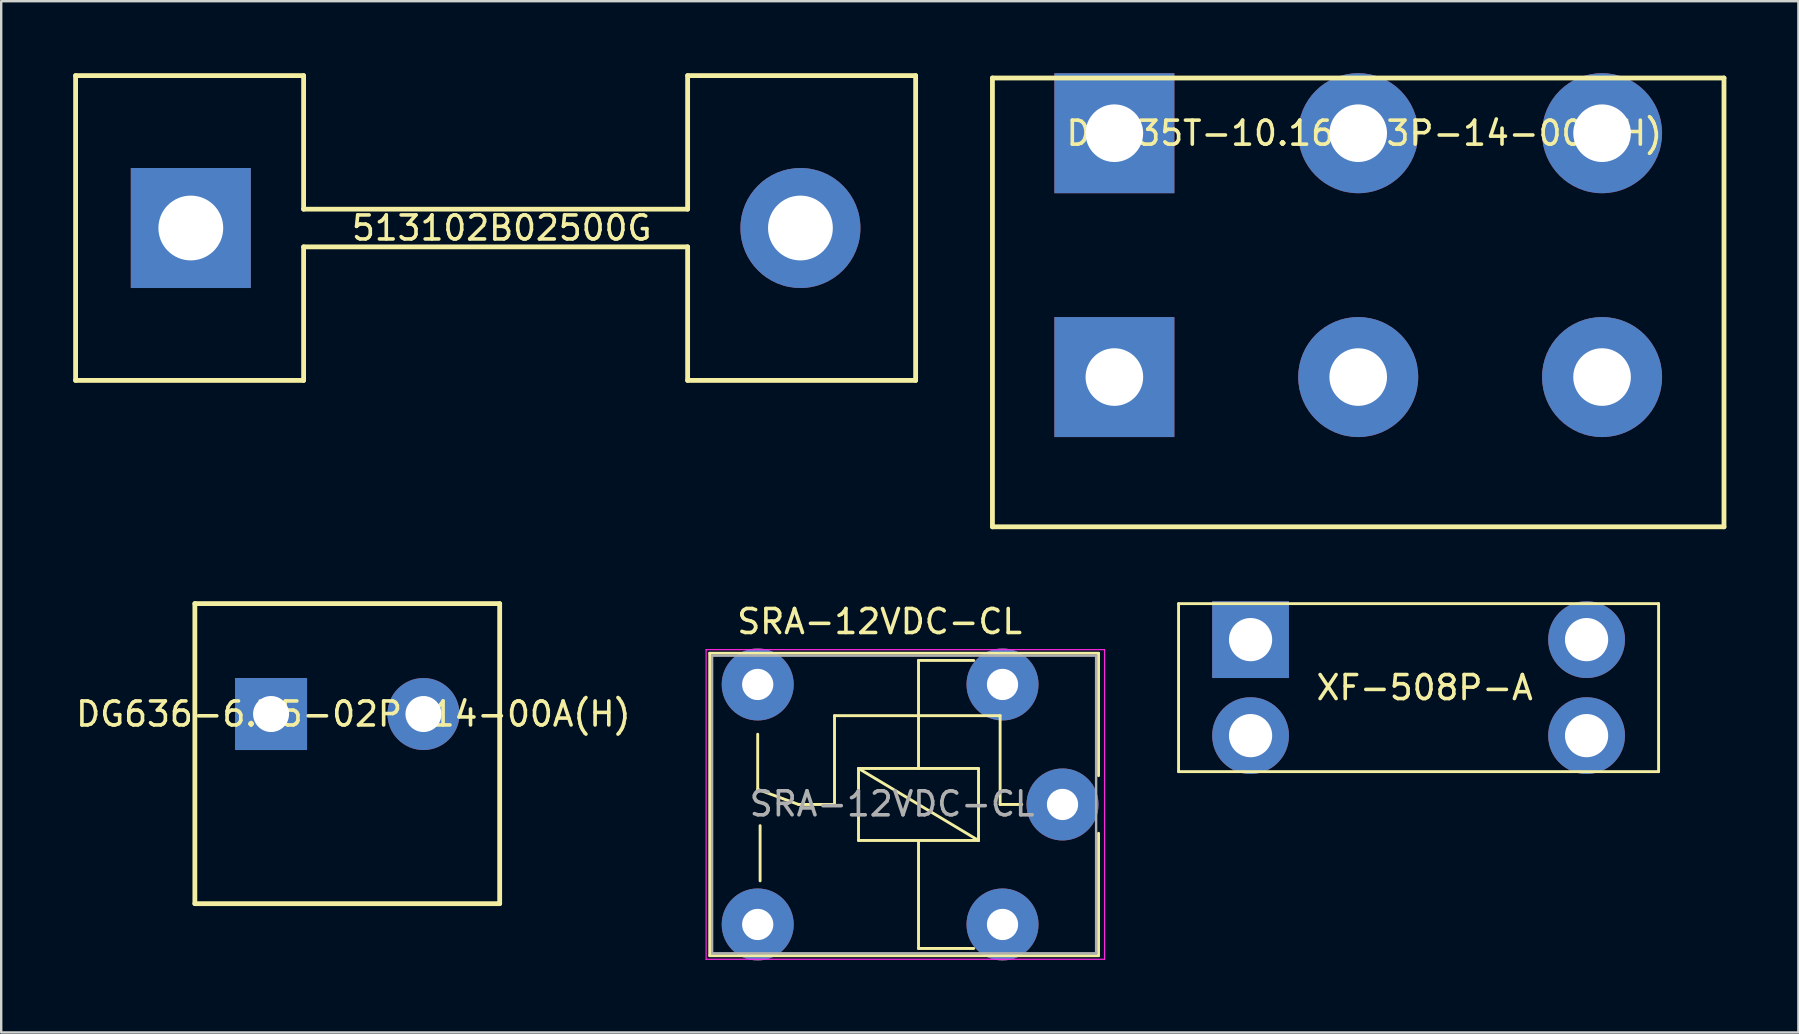
<source format=kicad_pcb>
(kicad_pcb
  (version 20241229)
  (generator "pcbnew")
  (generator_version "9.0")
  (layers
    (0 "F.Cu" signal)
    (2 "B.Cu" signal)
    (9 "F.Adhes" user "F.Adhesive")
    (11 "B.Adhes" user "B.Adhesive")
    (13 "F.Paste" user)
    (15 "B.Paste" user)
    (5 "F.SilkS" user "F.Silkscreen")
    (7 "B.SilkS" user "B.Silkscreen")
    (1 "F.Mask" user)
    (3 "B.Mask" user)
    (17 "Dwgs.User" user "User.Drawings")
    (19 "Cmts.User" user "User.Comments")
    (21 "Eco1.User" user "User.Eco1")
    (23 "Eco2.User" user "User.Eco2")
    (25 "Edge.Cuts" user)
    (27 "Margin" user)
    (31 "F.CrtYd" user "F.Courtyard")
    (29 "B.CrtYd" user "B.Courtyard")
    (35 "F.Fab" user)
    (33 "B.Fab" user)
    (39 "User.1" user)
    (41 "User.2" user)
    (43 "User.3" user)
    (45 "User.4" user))
  (footprint "513102B02500G"
    (layer "F.Cu")
    (at 17.6 6.45)
    (property "Reference" "513102B02500G" (at 0.254 0 180) (layer "F.SilkS") (effects (font (size 1 1) (thickness 0.15))))
    (attr through_hole)
    (fp_line (start -17.5 -6.35) (end -17.5 6.35) (stroke (width 0.2) (type solid)) (layer "F.SilkS"))
    (fp_line (start -8 -6.35) (end -17.5 -6.35) (stroke (width 0.2) (type solid)) (layer "F.SilkS"))
    (fp_line (start -8 -6.35) (end -8 -0.785) (stroke (width 0.2) (type solid)) (layer "F.SilkS"))
    (fp_line (start -8 6.35) (end -17.5 6.35) (stroke (width 0.2) (type solid)) (layer "F.SilkS"))
    (fp_line (start -8 6.35) (end -8 0.785) (stroke (width 0.2) (type solid)) (layer "F.SilkS"))
    (fp_line (start 8 -6.35) (end 8 -0.785) (stroke (width 0.2) (type solid)) (layer "F.SilkS"))
    (fp_line (start 8 -6.35) (end 17.5 -6.35) (stroke (width 0.2) (type solid)) (layer "F.SilkS"))
    (fp_line (start 8 -0.785) (end -8 -0.785) (stroke (width 0.2) (type solid)) (layer "F.SilkS"))
    (fp_line (start 8 0.785) (end -8 0.785) (stroke (width 0.2) (type solid)) (layer "F.SilkS"))
    (fp_line (start 8 6.35) (end 8 0.785) (stroke (width 0.2) (type solid)) (layer "F.SilkS"))
    (fp_line (start 8 6.35) (end 17.5 6.35) (stroke (width 0.2) (type solid)) (layer "F.SilkS"))
    (fp_line (start 17.5 -6.35) (end 17.5 6.35) (stroke (width 0.2) (type solid)) (layer "F.SilkS"))
    (pad "0" thru_hole rect (at -12.7 0 180) (size 5 5) (drill 2.7) (layers "*.Cu" "*.Mask"))
    (pad "0" thru_hole circle (at 12.7 0 180) (size 5 5) (drill 2.7) (layers "*.Cu" "*.Mask")))
  (footprint "SRA-12VDC-CL"
    (layer "F.Cu")
    (at 41.22 30.468)
    (property "Reference" "SRA-12VDC-CL" (at -7.62 -7.62 180) (layer "F.SilkS") (effects (font (size 1 1) (thickness 0.15))))
    (attr through_hole)
    (fp_line (start -14.7 -6.3) (end 1.5 -6.3) (stroke (width 0.12) (type solid)) (layer "F.SilkS"))
    (fp_line (start -14.7 6.3) (end -14.7 -6.3) (stroke (width 0.12) (type solid)) (layer "F.SilkS"))
    (fp_line (start -12.7 -2.928) (end -12.7 -0.628) (stroke (width 0.12) (type solid)) (layer "F.SilkS"))
    (fp_line (start -12.6 3.182) (end -12.6 0.882) (stroke (width 0.12) (type solid)) (layer "F.SilkS"))
    (fp_line (start -11 0) (end -12.7 -0.628) (stroke (width 0.12) (type solid)) (layer "F.SilkS"))
    (fp_line (start -9.5 -3.7) (end -2.6 -3.7) (stroke (width 0.12) (type solid)) (layer "F.SilkS"))
    (fp_line (start -9.5 0) (end -11 0) (stroke (width 0.12) (type solid)) (layer "F.SilkS"))
    (fp_line (start -9.5 0) (end -9.5 -3.7) (stroke (width 0.12) (type solid)) (layer "F.SilkS"))
    (fp_line (start -8.5 -1.5) (end -3.5 -1.5) (stroke (width 0.12) (type solid)) (layer "F.SilkS"))
    (fp_line (start -8.5 -1.5) (end -3.5 1.5) (stroke (width 0.12) (type solid)) (layer "F.SilkS"))
    (fp_line (start -8.5 1.5) (end -8.5 -1.5) (stroke (width 0.12) (type solid)) (layer "F.SilkS"))
    (fp_line (start -6 -1.5) (end -6 -6) (stroke (width 0.12) (type solid)) (layer "F.SilkS"))
    (fp_line (start -6 6) (end -6 1.5) (stroke (width 0.12) (type solid)) (layer "F.SilkS"))
    (fp_line (start -6 6) (end -3.7 6) (stroke (width 0.12) (type solid)) (layer "F.SilkS"))
    (fp_line (start -3.7 -6) (end -6 -6) (stroke (width 0.12) (type solid)) (layer "F.SilkS"))
    (fp_line (start -3.5 -1.5) (end -3.5 1.5) (stroke (width 0.12) (type solid)) (layer "F.SilkS"))
    (fp_line (start -3.5 1.5) (end -8.5 1.5) (stroke (width 0.12) (type solid)) (layer "F.SilkS"))
    (fp_line (start -2.6 0) (end -2.6 -3.7) (stroke (width 0.12) (type solid)) (layer "F.SilkS"))
    (fp_line (start -2.6 0) (end -1.7 0) (stroke (width 0.12) (type solid)) (layer "F.SilkS"))
    (fp_line (start 1.5 -1.2) (end 1.5 -6.3) (stroke (width 0.12) (type solid)) (layer "F.SilkS"))
    (fp_line (start 1.5 6.3) (end -14.7 6.3) (stroke (width 0.12) (type solid)) (layer "F.SilkS"))
    (fp_line (start 1.5 6.3) (end 1.5 1.2) (stroke (width 0.12) (type solid)) (layer "F.SilkS"))
    (fp_line (start -14.85 6.45) (end -14.85 -6.45) (stroke (width 0.05) (type solid)) (layer "F.CrtYd"))
    (fp_line (start -14.85 6.45) (end 1.75 6.45) (stroke (width 0.05) (type solid)) (layer "F.CrtYd"))
    (fp_line (start 1.75 -6.45) (end -14.85 -6.45) (stroke (width 0.05) (type solid)) (layer "F.CrtYd"))
    (fp_line (start 1.75 -6.45) (end 1.75 6.45) (stroke (width 0.05) (type solid)) (layer "F.CrtYd"))
    (fp_line (start -14.6 -6.2) (end 1.4 -6.2) (stroke (width 0.1) (type solid)) (layer "F.Fab"))
    (fp_line (start -14.6 6.2) (end -14.6 -6.2) (stroke (width 0.1) (type solid)) (layer "F.Fab"))
    (fp_line (start 1.4 -6.2) (end 1.4 6.2) (stroke (width 0.1) (type solid)) (layer "F.Fab"))
    (fp_line (start 1.4 6.2) (end -14.6 6.2) (stroke (width 0.1) (type solid)) (layer "F.Fab"))
    (fp_text user "${REFERENCE}" (at -7.1 -0.025 180) (layer "F.Fab") (effects (font (size 1 1) (thickness 0.15))))
    (pad "1" thru_hole circle (at -12.7 5 180) (size 3 3) (drill 1.3) (layers "*.Cu" "*.Mask"))
    (pad "2" thru_hole circle (at -12.7 -5 180) (size 3 3) (drill 1.3) (layers "*.Cu" "*.Mask"))
    (pad "3" thru_hole circle (at -2.5 -5 180) (size 3 3) (drill 1.3) (layers "*.Cu" "*.Mask"))
    (pad "4" thru_hole circle (at -2.5 5 180) (size 3 3) (drill 1.3) (layers "*.Cu" "*.Mask"))
    (pad "5" thru_hole circle (at 0 0 180) (size 3 3) (drill 1.3) (layers "*.Cu" "*.Mask")))
  (footprint "XF-508P-A"
    (layer "F.Cu")
    (at 56.055 25.6)
    (property "Reference" "XF-508P-A" (at 0.254 0 180) (layer "F.SilkS") (effects (font (size 1 1) (thickness 0.15))))
    (attr through_hole)
    (fp_line (start -10 -3.5) (end -10 3.5) (stroke (width 0.12) (type solid)) (layer "F.SilkS"))
    (fp_line (start -10 -3.5) (end 10 -3.5) (stroke (width 0.12) (type solid)) (layer "F.SilkS"))
    (fp_line (start -10 3.5) (end 10 3.5) (stroke (width 0.12) (type solid)) (layer "F.SilkS"))
    (fp_line (start 10 3.5) (end 10 -3.5) (stroke (width 0.12) (type solid)) (layer "F.SilkS"))
    (pad "1" thru_hole rect (at -7 -2 180) (size 3.2 3.2) (drill 1.8) (layers "*.Cu" "*.Mask"))
    (pad "2" thru_hole circle (at -7 2 180) (size 3.2 3.2) (drill 1.8) (layers "*.Cu" "*.Mask"))
    (pad "3" thru_hole circle (at 7 2 180) (size 3.2 3.2) (drill 1.8) (layers "*.Cu" "*.Mask"))
    (pad "4" thru_hole circle (at 7 -2 180) (size 3.2 3.2) (drill 1.8) (layers "*.Cu" "*.Mask")))
  (footprint "DG636-6.35-02P-14-00A(H)"
    (layer "F.Cu")
    (at 11.419 26.7)
    (property "Reference" "DG636-6.35-02P-14-00A(H)" (at 0.254 0 180) (layer "F.SilkS") (effects (font (size 1 1) (thickness 0.15))))
    (attr through_hole)
    (fp_line (start -6.35 -4.6) (end 6.35 -4.6) (stroke (width 0.2) (type solid)) (layer "F.SilkS"))
    (fp_line (start -6.35 7.9) (end -6.35 -4.6) (stroke (width 0.2) (type solid)) (layer "F.SilkS"))
    (fp_line (start -6.35 7.9) (end 6.35 7.9) (stroke (width 0.2) (type solid)) (layer "F.SilkS"))
    (fp_line (start 6.35 7.9) (end 6.35 -4.6) (stroke (width 0.2) (type solid)) (layer "F.SilkS"))
    (pad "1" thru_hole rect (at -3.175 0 180) (size 3 3) (drill 1.5) (layers "*.Cu" "*.Mask"))
    (pad "2" thru_hole circle (at 3.175 0 180) (size 3 3) (drill 1.5) (layers "*.Cu" "*.Mask")))
  (footprint "DG135T-10.16-03P-14-00A(H)"
    (layer "F.Cu")
    (at 53.54 2.5)
    (property "Reference" "DG135T-10.16-03P-14-00A(H)" (at 0.254 0 180) (layer "F.SilkS") (effects (font (size 1 1) (thickness 0.15))))
    (attr through_hole)
    (fp_line (start -15.24 -2.3) (end -15.24 16.4) (stroke (width 0.2) (type solid)) (layer "F.SilkS"))
    (fp_line (start -15.24 -2.3) (end 15.24 -2.3) (stroke (width 0.2) (type solid)) (layer "F.SilkS"))
    (fp_line (start -15.24 16.4) (end 15.24 16.4) (stroke (width 0.2) (type solid)) (layer "F.SilkS"))
    (fp_line (start 15.24 -2.3) (end 15.24 16.4) (stroke (width 0.2) (type solid)) (layer "F.SilkS"))
    (pad "1" thru_hole rect (at -10.16 0 180) (size 5 5) (drill 2.4) (layers "*.Cu" "*.Mask"))
    (pad "1" thru_hole rect (at -10.16 10.16 180) (size 5 5) (drill 2.4) (layers "*.Cu" "*.Mask"))
    (pad "2" thru_hole circle (at 0 0 180) (size 5 5) (drill 2.4) (layers "*.Cu" "*.Mask"))
    (pad "2" thru_hole circle (at 0 10.16 180) (size 5 5) (drill 2.4) (layers "*.Cu" "*.Mask"))
    (pad "3" thru_hole circle (at 10.16 0 180) (size 5 5) (drill 2.4) (layers "*.Cu" "*.Mask"))
    (pad "3" thru_hole circle (at 10.16 10.16 180) (size 5 5) (drill 2.4) (layers "*.Cu" "*.Mask")))
  (gr_rect
    (start -3 -3)
    (end 71.88 39.968)
    (stroke (width 0.1) (type default))
    (fill no)
    (layer "Edge.Cuts")))
</source>
